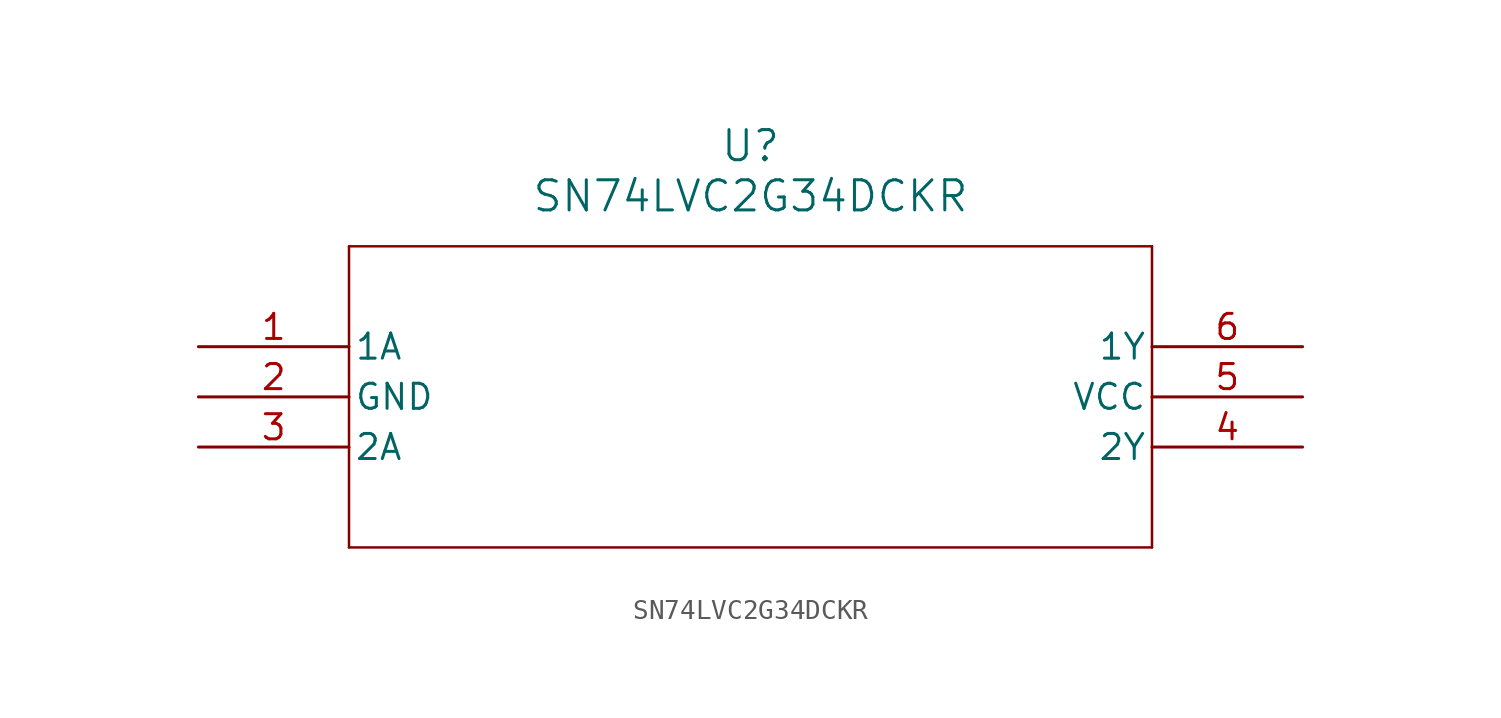
<source format=kicad_sym>
(kicad_symbol_lib
  (version 20211014)
  (generator kicad_symbol_editor)
  (symbol "SN74LVC2G34DCKR"
    (pin_names
      (offset 0.254))
    (property "Reference" "U"
      (at 27.94 10.16 0)
      (effects (font (size 1.524 1.524))))
    (property "Value" "SN74LVC2G34DCKR"
      (at 27.94 7.62 0)
      (effects (font (size 1.524 1.524))))
    (symbol "SN74LVC2G34DCKR_0_1"
      (polyline (pts (xy 7.62 5.08) (xy 7.62 -10.16)) (stroke (width 0.127) (type default) (color 0 0 0 0)) (fill (type none)))
      (polyline (pts (xy 7.62 -10.16) (xy 48.26 -10.16)) (stroke (width 0.127) (type default) (color 0 0 0 0)) (fill (type none)))
      (polyline (pts (xy 48.26 -10.16) (xy 48.26 5.08)) (stroke (width 0.127) (type default) (color 0 0 0 0)) (fill (type none)))
      (polyline (pts (xy 48.26 5.08) (xy 7.62 5.08)) (stroke (width 0.127) (type default) (color 0 0 0 0)) (fill (type none)))
      (pin input line (at 0 0 0) (length 7.62) (name "1A" (effects (font (size 1.27 1.27)))) (number "1" (effects (font (size 1.27 1.27)))))
      (pin power_in line (at 0 -2.54 0) (length 7.62) (name "GND" (effects (font (size 1.27 1.27)))) (number "2" (effects (font (size 1.27 1.27)))))
      (pin input line (at 0 -5.08 0) (length 7.62) (name "2A" (effects (font (size 1.27 1.27)))) (number "3" (effects (font (size 1.27 1.27)))))
      (pin output line (at 55.88 -5.08 180) (length 7.62) (name "2Y" (effects (font (size 1.27 1.27)))) (number "4" (effects (font (size 1.27 1.27)))))
      (pin power_in line (at 55.88 -2.54 180) (length 7.62) (name "VCC" (effects (font (size 1.27 1.27)))) (number "5" (effects (font (size 1.27 1.27)))))
      (pin output line (at 55.88 0 180) (length 7.62) (name "1Y" (effects (font (size 1.27 1.27)))) (number "6" (effects (font (size 1.27 1.27))))))))
</source>
